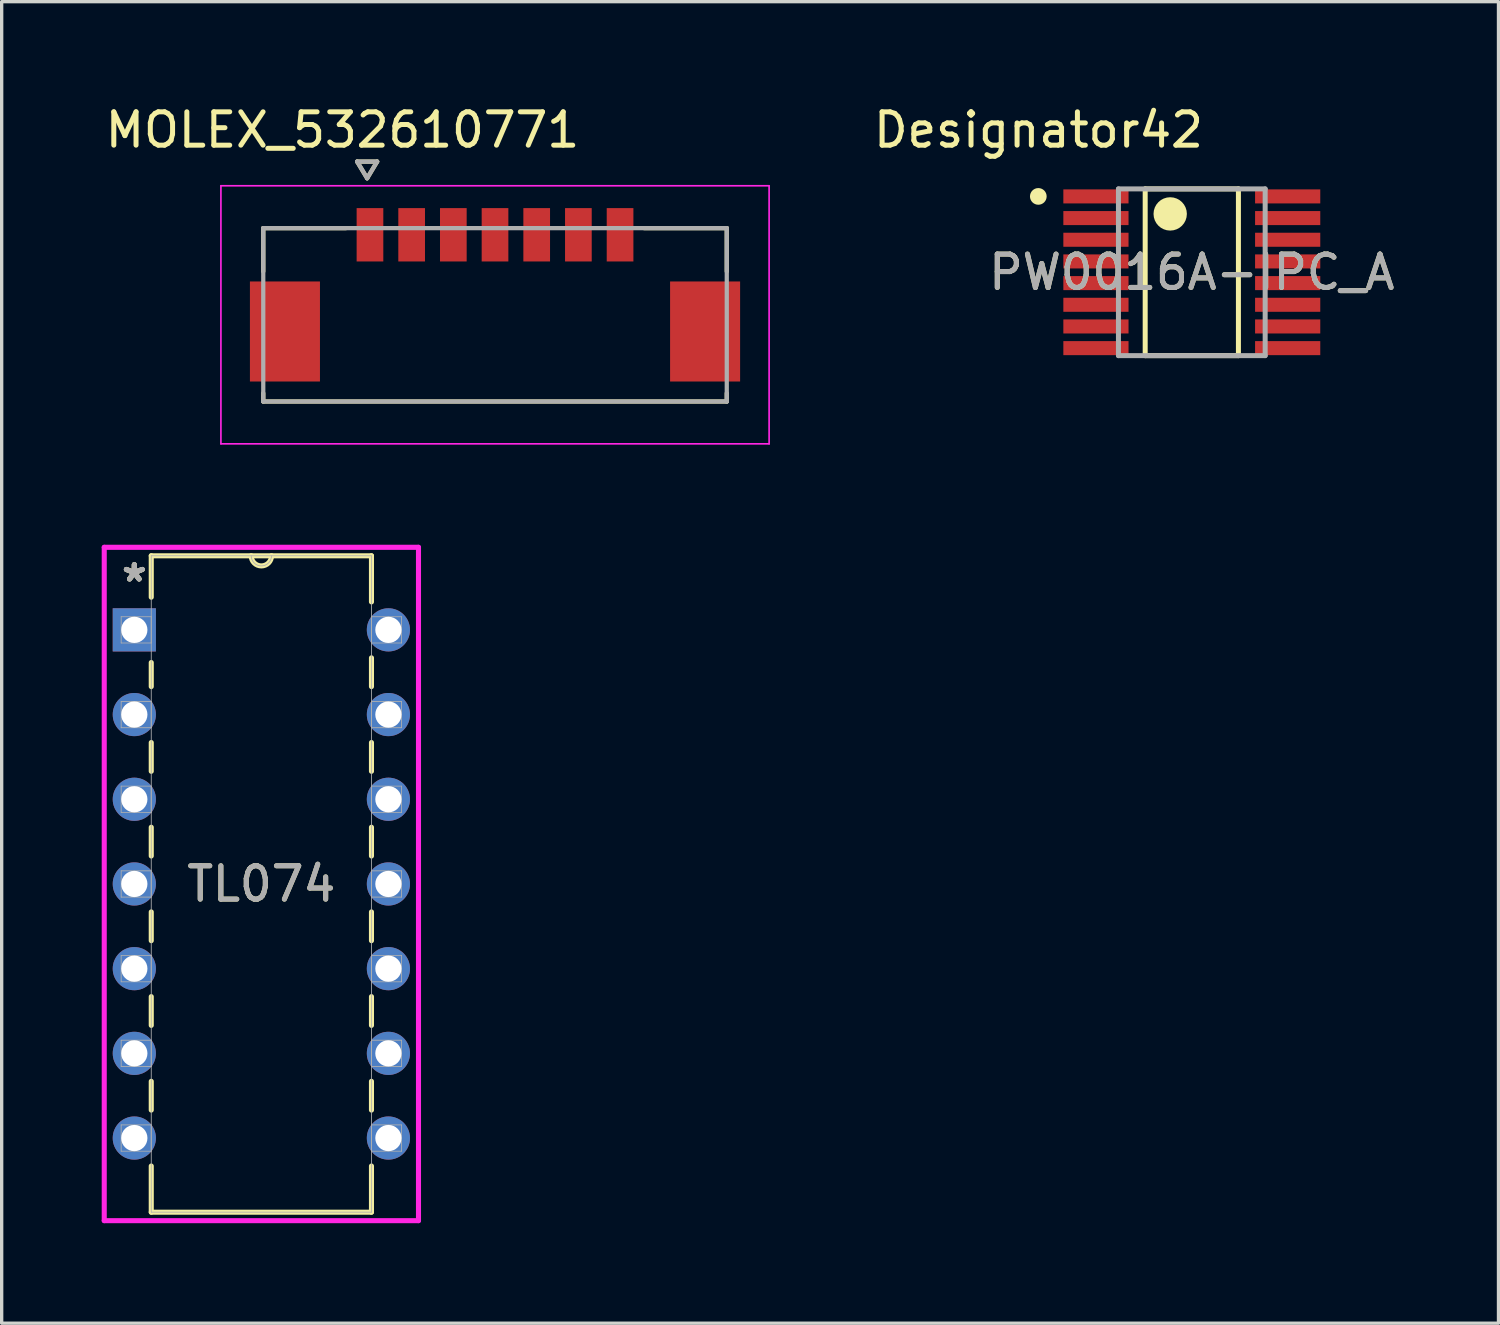
<source format=kicad_pcb>
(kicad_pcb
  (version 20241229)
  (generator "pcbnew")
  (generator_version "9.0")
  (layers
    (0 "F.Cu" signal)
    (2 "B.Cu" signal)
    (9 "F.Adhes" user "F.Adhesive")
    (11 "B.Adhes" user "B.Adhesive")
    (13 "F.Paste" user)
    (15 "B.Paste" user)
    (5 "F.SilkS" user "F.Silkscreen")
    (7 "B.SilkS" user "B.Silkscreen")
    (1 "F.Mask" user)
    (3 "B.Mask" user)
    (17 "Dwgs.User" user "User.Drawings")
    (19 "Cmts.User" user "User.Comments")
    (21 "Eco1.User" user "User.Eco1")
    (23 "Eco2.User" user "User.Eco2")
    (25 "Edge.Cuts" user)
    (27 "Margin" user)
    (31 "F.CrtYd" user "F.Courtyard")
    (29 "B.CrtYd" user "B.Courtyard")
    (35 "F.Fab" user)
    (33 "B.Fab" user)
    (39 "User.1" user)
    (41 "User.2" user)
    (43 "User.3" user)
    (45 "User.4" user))
  (footprint "TL074"
    (layer "F.Cu")
    (at 8.598 31.079)
    (property "Reference" "TL074" (at -3.81 -7.62 0) (unlocked yes) (layer "F.SilkS") (effects (font (size 1 1) (thickness 0.15))))
    (attr through_hole)
    (fp_line (start -7.112 -17.462) (end -7.112 -16.22) (stroke (width 0.152) (type solid)) (layer "F.SilkS"))
    (fp_line (start -7.112 -14.26) (end -7.112 -13.539) (stroke (width 0.152) (type solid)) (layer "F.SilkS"))
    (fp_line (start -7.112 -11.861) (end -7.112 -10.999) (stroke (width 0.152) (type solid)) (layer "F.SilkS"))
    (fp_line (start -7.112 -9.321) (end -7.112 -8.459) (stroke (width 0.152) (type solid)) (layer "F.SilkS"))
    (fp_line (start -7.112 -6.781) (end -7.112 -5.919) (stroke (width 0.152) (type solid)) (layer "F.SilkS"))
    (fp_line (start -7.112 -4.241) (end -7.112 -3.379) (stroke (width 0.152) (type solid)) (layer "F.SilkS"))
    (fp_line (start -7.112 -1.701) (end -7.112 -0.839) (stroke (width 0.152) (type solid)) (layer "F.SilkS"))
    (fp_line (start -7.112 0.839) (end -7.112 2.223) (stroke (width 0.152) (type solid)) (layer "F.SilkS"))
    (fp_line (start -7.112 2.223) (end -0.508 2.223) (stroke (width 0.152) (type solid)) (layer "F.SilkS"))
    (fp_line (start -0.508 -17.462) (end -7.112 -17.462) (stroke (width 0.152) (type solid)) (layer "F.SilkS"))
    (fp_line (start -0.508 -16.079) (end -0.508 -17.462) (stroke (width 0.152) (type solid)) (layer "F.SilkS"))
    (fp_line (start -0.508 -13.539) (end -0.508 -14.401) (stroke (width 0.152) (type solid)) (layer "F.SilkS"))
    (fp_line (start -0.508 -10.999) (end -0.508 -11.861) (stroke (width 0.152) (type solid)) (layer "F.SilkS"))
    (fp_line (start -0.508 -8.459) (end -0.508 -9.321) (stroke (width 0.152) (type solid)) (layer "F.SilkS"))
    (fp_line (start -0.508 -5.919) (end -0.508 -6.781) (stroke (width 0.152) (type solid)) (layer "F.SilkS"))
    (fp_line (start -0.508 -3.379) (end -0.508 -4.241) (stroke (width 0.152) (type solid)) (layer "F.SilkS"))
    (fp_line (start -0.508 -0.839) (end -0.508 -1.701) (stroke (width 0.152) (type solid)) (layer "F.SilkS"))
    (fp_line (start -0.508 2.223) (end -0.508 0.839) (stroke (width 0.152) (type solid)) (layer "F.SilkS"))
    (fp_arc (start -3.5052 -17.4625) (mid -3.81 -17.1577) (end -4.1148 -17.4625) (stroke (width 0.1524) (type solid)) (layer "F.SilkS"))
    (fp_line (start -8.522 -17.716) (end -8.522 2.477) (stroke (width 0.152) (type solid)) (layer "F.CrtYd"))
    (fp_line (start -8.522 2.477) (end 0.902 2.477) (stroke (width 0.152) (type solid)) (layer "F.CrtYd"))
    (fp_line (start 0.902 -17.716) (end -8.522 -17.716) (stroke (width 0.152) (type solid)) (layer "F.CrtYd"))
    (fp_line (start 0.902 2.477) (end 0.902 -17.716) (stroke (width 0.152) (type solid)) (layer "F.CrtYd"))
    (fp_line (start -8.014 -15.634) (end -8.014 -14.846) (stroke (width 0.025) (type solid)) (layer "F.Fab"))
    (fp_line (start -8.014 -14.846) (end -7.112 -14.846) (stroke (width 0.025) (type solid)) (layer "F.Fab"))
    (fp_line (start -8.014 -13.094) (end -8.014 -12.306) (stroke (width 0.025) (type solid)) (layer "F.Fab"))
    (fp_line (start -8.014 -12.306) (end -7.112 -12.306) (stroke (width 0.025) (type solid)) (layer "F.Fab"))
    (fp_line (start -8.014 -10.554) (end -8.014 -9.766) (stroke (width 0.025) (type solid)) (layer "F.Fab"))
    (fp_line (start -8.014 -9.766) (end -7.112 -9.766) (stroke (width 0.025) (type solid)) (layer "F.Fab"))
    (fp_line (start -8.014 -8.014) (end -8.014 -7.226) (stroke (width 0.025) (type solid)) (layer "F.Fab"))
    (fp_line (start -8.014 -7.226) (end -7.112 -7.226) (stroke (width 0.025) (type solid)) (layer "F.Fab"))
    (fp_line (start -8.014 -5.474) (end -8.014 -4.686) (stroke (width 0.025) (type solid)) (layer "F.Fab"))
    (fp_line (start -8.014 -4.686) (end -7.112 -4.686) (stroke (width 0.025) (type solid)) (layer "F.Fab"))
    (fp_line (start -8.014 -2.934) (end -8.014 -2.146) (stroke (width 0.025) (type solid)) (layer "F.Fab"))
    (fp_line (start -8.014 -2.146) (end -7.112 -2.146) (stroke (width 0.025) (type solid)) (layer "F.Fab"))
    (fp_line (start -8.014 -0.394) (end -8.014 0.394) (stroke (width 0.025) (type solid)) (layer "F.Fab"))
    (fp_line (start -8.014 0.394) (end -7.112 0.394) (stroke (width 0.025) (type solid)) (layer "F.Fab"))
    (fp_line (start -7.112 -17.462) (end -7.112 2.223) (stroke (width 0.025) (type solid)) (layer "F.Fab"))
    (fp_line (start -7.112 -15.634) (end -8.014 -15.634) (stroke (width 0.025) (type solid)) (layer "F.Fab"))
    (fp_line (start -7.112 -14.846) (end -7.112 -15.634) (stroke (width 0.025) (type solid)) (layer "F.Fab"))
    (fp_line (start -7.112 -13.094) (end -8.014 -13.094) (stroke (width 0.025) (type solid)) (layer "F.Fab"))
    (fp_line (start -7.112 -12.306) (end -7.112 -13.094) (stroke (width 0.025) (type solid)) (layer "F.Fab"))
    (fp_line (start -7.112 -10.554) (end -8.014 -10.554) (stroke (width 0.025) (type solid)) (layer "F.Fab"))
    (fp_line (start -7.112 -9.766) (end -7.112 -10.554) (stroke (width 0.025) (type solid)) (layer "F.Fab"))
    (fp_line (start -7.112 -8.014) (end -8.014 -8.014) (stroke (width 0.025) (type solid)) (layer "F.Fab"))
    (fp_line (start -7.112 -7.226) (end -7.112 -8.014) (stroke (width 0.025) (type solid)) (layer "F.Fab"))
    (fp_line (start -7.112 -5.474) (end -8.014 -5.474) (stroke (width 0.025) (type solid)) (layer "F.Fab"))
    (fp_line (start -7.112 -4.686) (end -7.112 -5.474) (stroke (width 0.025) (type solid)) (layer "F.Fab"))
    (fp_line (start -7.112 -2.934) (end -8.014 -2.934) (stroke (width 0.025) (type solid)) (layer "F.Fab"))
    (fp_line (start -7.112 -2.146) (end -7.112 -2.934) (stroke (width 0.025) (type solid)) (layer "F.Fab"))
    (fp_line (start -7.112 -0.394) (end -8.014 -0.394) (stroke (width 0.025) (type solid)) (layer "F.Fab"))
    (fp_line (start -7.112 0.394) (end -7.112 -0.394) (stroke (width 0.025) (type solid)) (layer "F.Fab"))
    (fp_line (start -7.112 2.223) (end -0.508 2.223) (stroke (width 0.025) (type solid)) (layer "F.Fab"))
    (fp_line (start -0.508 -17.462) (end -7.112 -17.462) (stroke (width 0.025) (type solid)) (layer "F.Fab"))
    (fp_line (start -0.508 -15.634) (end -0.508 -14.846) (stroke (width 0.025) (type solid)) (layer "F.Fab"))
    (fp_line (start -0.508 -14.846) (end 0.394 -14.846) (stroke (width 0.025) (type solid)) (layer "F.Fab"))
    (fp_line (start -0.508 -13.094) (end -0.508 -12.306) (stroke (width 0.025) (type solid)) (layer "F.Fab"))
    (fp_line (start -0.508 -12.306) (end 0.394 -12.306) (stroke (width 0.025) (type solid)) (layer "F.Fab"))
    (fp_line (start -0.508 -10.554) (end -0.508 -9.766) (stroke (width 0.025) (type solid)) (layer "F.Fab"))
    (fp_line (start -0.508 -9.766) (end 0.394 -9.766) (stroke (width 0.025) (type solid)) (layer "F.Fab"))
    (fp_line (start -0.508 -8.014) (end -0.508 -7.226) (stroke (width 0.025) (type solid)) (layer "F.Fab"))
    (fp_line (start -0.508 -7.226) (end 0.394 -7.226) (stroke (width 0.025) (type solid)) (layer "F.Fab"))
    (fp_line (start -0.508 -5.474) (end -0.508 -4.686) (stroke (width 0.025) (type solid)) (layer "F.Fab"))
    (fp_line (start -0.508 -4.686) (end 0.394 -4.686) (stroke (width 0.025) (type solid)) (layer "F.Fab"))
    (fp_line (start -0.508 -2.934) (end -0.508 -2.146) (stroke (width 0.025) (type solid)) (layer "F.Fab"))
    (fp_line (start -0.508 -2.146) (end 0.394 -2.146) (stroke (width 0.025) (type solid)) (layer "F.Fab"))
    (fp_line (start -0.508 -0.394) (end -0.508 0.394) (stroke (width 0.025) (type solid)) (layer "F.Fab"))
    (fp_line (start -0.508 0.394) (end 0.394 0.394) (stroke (width 0.025) (type solid)) (layer "F.Fab"))
    (fp_line (start -0.508 2.223) (end -0.508 -17.462) (stroke (width 0.025) (type solid)) (layer "F.Fab"))
    (fp_line (start 0.394 -15.634) (end -0.508 -15.634) (stroke (width 0.025) (type solid)) (layer "F.Fab"))
    (fp_line (start 0.394 -14.846) (end 0.394 -15.634) (stroke (width 0.025) (type solid)) (layer "F.Fab"))
    (fp_line (start 0.394 -13.094) (end -0.508 -13.094) (stroke (width 0.025) (type solid)) (layer "F.Fab"))
    (fp_line (start 0.394 -12.306) (end 0.394 -13.094) (stroke (width 0.025) (type solid)) (layer "F.Fab"))
    (fp_line (start 0.394 -10.554) (end -0.508 -10.554) (stroke (width 0.025) (type solid)) (layer "F.Fab"))
    (fp_line (start 0.394 -9.766) (end 0.394 -10.554) (stroke (width 0.025) (type solid)) (layer "F.Fab"))
    (fp_line (start 0.394 -8.014) (end -0.508 -8.014) (stroke (width 0.025) (type solid)) (layer "F.Fab"))
    (fp_line (start 0.394 -7.226) (end 0.394 -8.014) (stroke (width 0.025) (type solid)) (layer "F.Fab"))
    (fp_line (start 0.394 -5.474) (end -0.508 -5.474) (stroke (width 0.025) (type solid)) (layer "F.Fab"))
    (fp_line (start 0.394 -4.686) (end 0.394 -5.474) (stroke (width 0.025) (type solid)) (layer "F.Fab"))
    (fp_line (start 0.394 -2.934) (end -0.508 -2.934) (stroke (width 0.025) (type solid)) (layer "F.Fab"))
    (fp_line (start 0.394 -2.146) (end 0.394 -2.934) (stroke (width 0.025) (type solid)) (layer "F.Fab"))
    (fp_line (start 0.394 -0.394) (end -0.508 -0.394) (stroke (width 0.025) (type solid)) (layer "F.Fab"))
    (fp_line (start 0.394 0.394) (end 0.394 -0.394) (stroke (width 0.025) (type solid)) (layer "F.Fab"))
    (fp_arc (start -3.5052 -17.4625) (mid -3.81 -17.1577) (end -4.1148 -17.4625) (stroke (width 0.0254) (type solid)) (layer "F.Fab"))
    (fp_text user "*" (at -7.62 -16.65 0) (unlocked yes) (layer "F.SilkS") (effects (font (size 1 1) (thickness 0.15))))
    (fp_text user "*" (at -7.62 -16.65 0) (layer "F.SilkS") (effects (font (size 1 1) (thickness 0.15))))
    (fp_text user "*" (at -7.62 -16.65 0) (layer "F.Fab") (effects (font (size 1 1) (thickness 0.15))))
    (fp_text user "*" (at -7.62 -16.65 0) (unlocked yes) (layer "F.Fab") (effects (font (size 1 1) (thickness 0.15))))
    (fp_text user "${REFERENCE}" (at -3.81 -7.62 0) (unlocked yes) (layer "F.Fab") (effects (font (size 1 1) (thickness 0.15))))
    (pad "1" thru_hole rect (at -7.62 -15.24) (size 1.295 1.295) (drill 0.787) (layers "*.Cu" "*.Mask"))
    (pad "2" thru_hole circle (at -7.62 -12.7) (size 1.295 1.295) (drill 0.787) (layers "*.Cu" "*.Mask"))
    (pad "3" thru_hole circle (at -7.62 -10.16) (size 1.295 1.295) (drill 0.787) (layers "*.Cu" "*.Mask"))
    (pad "4" thru_hole circle (at -7.62 -7.62) (size 1.295 1.295) (drill 0.787) (layers "*.Cu" "*.Mask"))
    (pad "5" thru_hole circle (at -7.62 -5.08) (size 1.295 1.295) (drill 0.787) (layers "*.Cu" "*.Mask"))
    (pad "6" thru_hole circle (at -7.62 -2.54) (size 1.295 1.295) (drill 0.787) (layers "*.Cu" "*.Mask"))
    (pad "7" thru_hole circle (at -7.62 0) (size 1.295 1.295) (drill 0.787) (layers "*.Cu" "*.Mask"))
    (pad "8" thru_hole circle (at 0 0) (size 1.295 1.295) (drill 0.787) (layers "*.Cu" "*.Mask"))
    (pad "9" thru_hole circle (at 0 -2.54) (size 1.295 1.295) (drill 0.787) (layers "*.Cu" "*.Mask"))
    (pad "10" thru_hole circle (at 0 -5.08) (size 1.295 1.295) (drill 0.787) (layers "*.Cu" "*.Mask"))
    (pad "11" thru_hole circle (at 0 -7.62) (size 1.295 1.295) (drill 0.787) (layers "*.Cu" "*.Mask"))
    (pad "12" thru_hole circle (at 0 -10.16) (size 1.295 1.295) (drill 0.787) (layers "*.Cu" "*.Mask"))
    (pad "13" thru_hole circle (at 0 -12.7) (size 1.295 1.295) (drill 0.787) (layers "*.Cu" "*.Mask"))
    (pad "14" thru_hole circle (at 0 -15.24) (size 1.295 1.295) (drill 0.787) (layers "*.Cu" "*.Mask")))
  (footprint "MOLEX_532610771"
    (layer "F.Cu")
    (at 11.795 6.391)
    (property "Reference" "MOLEX_532610771" (at -4.575 -5.543 0) (layer "F.SilkS") (effects (font (size 1 1) (thickness 0.15))))
    (attr smd)
    (fp_poly (pts (xy -7.426 -1.076) (xy -5.174 -1.076) (xy -5.174 2.076) (xy -7.426 2.076)) (stroke (width 0.01) (type solid)) (fill yes) (layer "F.Mask"))
    (fp_poly (pts (xy -4.226 -3.276) (xy -3.274 -3.276) (xy -3.274 -1.524) (xy -4.226 -1.524)) (stroke (width 0.01) (type solid)) (fill yes) (layer "F.Mask"))
    (fp_poly (pts (xy -2.976 -3.276) (xy -2.024 -3.276) (xy -2.024 -1.524) (xy -2.976 -1.524)) (stroke (width 0.01) (type solid)) (fill yes) (layer "F.Mask"))
    (fp_poly (pts (xy -1.726 -3.276) (xy -0.774 -3.276) (xy -0.774 -1.524) (xy -1.726 -1.524)) (stroke (width 0.01) (type solid)) (fill yes) (layer "F.Mask"))
    (fp_poly (pts (xy -0.476 -3.276) (xy 0.476 -3.276) (xy 0.476 -1.524) (xy -0.476 -1.524)) (stroke (width 0.01) (type solid)) (fill yes) (layer "F.Mask"))
    (fp_poly (pts (xy 0.774 -3.276) (xy 1.726 -3.276) (xy 1.726 -1.524) (xy 0.774 -1.524)) (stroke (width 0.01) (type solid)) (fill yes) (layer "F.Mask"))
    (fp_poly (pts (xy 2.024 -3.276) (xy 2.976 -3.276) (xy 2.976 -1.524) (xy 2.024 -1.524)) (stroke (width 0.01) (type solid)) (fill yes) (layer "F.Mask"))
    (fp_poly (pts (xy 3.274 -3.276) (xy 4.226 -3.276) (xy 4.226 -1.524) (xy 3.274 -1.524)) (stroke (width 0.01) (type solid)) (fill yes) (layer "F.Mask"))
    (fp_poly (pts (xy 5.174 -1.076) (xy 7.426 -1.076) (xy 7.426 2.076) (xy 5.174 2.076)) (stroke (width 0.01) (type solid)) (fill yes) (layer "F.Mask"))
    (fp_line (start -6.95 -2.6) (end -4.47 -2.6) (stroke (width 0.127) (type solid)) (layer "F.SilkS"))
    (fp_line (start -6.95 -1.3) (end -6.95 -2.6) (stroke (width 0.127) (type solid)) (layer "F.SilkS"))
    (fp_line (start -6.95 2.6) (end -6.95 2.35) (stroke (width 0.127) (type solid)) (layer "F.SilkS"))
    (fp_line (start -6.95 2.6) (end 6.95 2.6) (stroke (width 0.127) (type solid)) (layer "F.SilkS"))
    (fp_line (start -4.135 -4.595) (end -3.535 -4.595) (stroke (width 0.127) (type solid)) (layer "F.SilkS"))
    (fp_line (start -3.835 -4.095) (end -4.135 -4.595) (stroke (width 0.127) (type solid)) (layer "F.SilkS"))
    (fp_line (start -3.535 -4.595) (end -3.835 -4.095) (stroke (width 0.127) (type solid)) (layer "F.SilkS"))
    (fp_line (start 4.47 -2.6) (end 6.95 -2.6) (stroke (width 0.127) (type solid)) (layer "F.SilkS"))
    (fp_line (start 6.95 -2.6) (end 6.95 -1.3) (stroke (width 0.127) (type solid)) (layer "F.SilkS"))
    (fp_line (start 6.95 2.6) (end 6.95 2.35) (stroke (width 0.127) (type solid)) (layer "F.SilkS"))
    (fp_line (start -8.22 3.87) (end -8.22 -3.87) (stroke (width 0.05) (type solid)) (layer "F.CrtYd"))
    (fp_line (start 8.22 -3.87) (end -8.22 -3.87) (stroke (width 0.05) (type solid)) (layer "F.CrtYd"))
    (fp_line (start 8.22 -3.87) (end 8.22 3.87) (stroke (width 0.05) (type solid)) (layer "F.CrtYd"))
    (fp_line (start 8.22 3.87) (end -8.22 3.87) (stroke (width 0.05) (type solid)) (layer "F.CrtYd"))
    (fp_line (start -6.95 -2.6) (end 6.95 -2.6) (stroke (width 0.127) (type solid)) (layer "F.Fab"))
    (fp_line (start -6.95 2.6) (end -6.95 -2.6) (stroke (width 0.127) (type solid)) (layer "F.Fab"))
    (fp_line (start -4.135 -4.595) (end -3.535 -4.595) (stroke (width 0.127) (type solid)) (layer "F.Fab"))
    (fp_line (start -3.835 -4.095) (end -4.135 -4.595) (stroke (width 0.127) (type solid)) (layer "F.Fab"))
    (fp_line (start -3.535 -4.595) (end -3.835 -4.095) (stroke (width 0.127) (type solid)) (layer "F.Fab"))
    (fp_line (start 6.95 -2.6) (end 6.95 2.6) (stroke (width 0.127) (type solid)) (layer "F.Fab"))
    (fp_line (start 6.95 2.6) (end -6.95 2.6) (stroke (width 0.127) (type solid)) (layer "F.Fab"))
    (pad "1" smd rect (at -3.75 -2.4) (size 0.8 1.6) (layers "F.Cu" "F.Paste"))
    (pad "2" smd rect (at -2.5 -2.4) (size 0.8 1.6) (layers "F.Cu" "F.Paste"))
    (pad "3" smd rect (at -1.25 -2.4) (size 0.8 1.6) (layers "F.Cu" "F.Paste"))
    (pad "4" smd rect (at 0 -2.4) (size 0.8 1.6) (layers "F.Cu" "F.Paste"))
    (pad "5" smd rect (at 1.25 -2.4) (size 0.8 1.6) (layers "F.Cu" "F.Paste"))
    (pad "6" smd rect (at 2.5 -2.4) (size 0.8 1.6) (layers "F.Cu" "F.Paste"))
    (pad "7" smd rect (at 3.75 -2.4) (size 0.8 1.6) (layers "F.Cu" "F.Paste"))
    (pad "S1" smd rect (at -6.3 0.5) (size 2.1 3) (layers "F.Cu" "F.Paste"))
    (pad "S2" smd rect (at 6.3 0.5) (size 2.1 3) (layers "F.Cu" "F.Paste")))
  (footprint "PW0016A-IPC_A"
    (layer "F.Cu")
    (at 32.691 5.115)
    (property "Reference" "PW0016A-IPC_A" (at 0 0 0) (unlocked yes) (layer "F.SilkS") (effects (font (size 1 1) (thickness 0.15))))
    (attr smd)
    (fp_line (start -1.398 -2.5) (end 1.398 -2.5) (stroke (width 0.15) (type solid)) (layer "F.SilkS"))
    (fp_line (start -1.398 2.5) (end -1.398 -2.5) (stroke (width 0.15) (type solid)) (layer "F.SilkS"))
    (fp_line (start -1.398 2.5) (end 1.398 2.5) (stroke (width 0.15) (type solid)) (layer "F.SilkS"))
    (fp_line (start 1.398 2.5) (end 1.398 -2.5) (stroke (width 0.15) (type solid)) (layer "F.SilkS"))
    (fp_circle (center -4.603 -2.275) (end -4.478 -2.275) (stroke (width 0.25) (type solid)) (fill no) (layer "F.SilkS"))
    (fp_circle (center -0.648 -1.75) (end -0.398 -1.75) (stroke (width 0.5) (type solid)) (fill no) (layer "F.SilkS"))
    (fp_line (start -2.2 -2.5) (end 2.2 -2.5) (stroke (width 0.15) (type solid)) (layer "F.Fab"))
    (fp_line (start -2.2 2.5) (end -2.2 -2.5) (stroke (width 0.15) (type solid)) (layer "F.Fab"))
    (fp_line (start -2.2 2.5) (end 2.2 2.5) (stroke (width 0.15) (type solid)) (layer "F.Fab"))
    (fp_line (start 2.2 2.5) (end 2.2 -2.5) (stroke (width 0.15) (type solid)) (layer "F.Fab"))
    (fp_text user "Designator42" (at -4.597 -4.267 0) (unlocked yes) (layer "F.SilkS") (effects (font (size 1 1) (thickness 0.15))))
    (fp_text user "${REFERENCE}" (at 0 0 0) (unlocked yes) (layer "F.Fab") (effects (font (size 1 1) (thickness 0.15))))
    (pad "1" smd rect (at -2.875 -2.275) (size 1.955 0.421) (layers "F.Cu" "F.Mask" "F.Paste"))
    (pad "2" smd rect (at -2.875 -1.625) (size 1.955 0.421) (layers "F.Cu" "F.Mask" "F.Paste"))
    (pad "3" smd rect (at -2.875 -0.975) (size 1.955 0.421) (layers "F.Cu" "F.Mask" "F.Paste"))
    (pad "4" smd rect (at -2.875 -0.325) (size 1.955 0.421) (layers "F.Cu" "F.Mask" "F.Paste"))
    (pad "5" smd rect (at -2.875 0.325) (size 1.955 0.421) (layers "F.Cu" "F.Mask" "F.Paste"))
    (pad "6" smd rect (at -2.875 0.975) (size 1.955 0.421) (layers "F.Cu" "F.Mask" "F.Paste"))
    (pad "7" smd rect (at -2.875 1.625) (size 1.955 0.421) (layers "F.Cu" "F.Mask" "F.Paste"))
    (pad "8" smd rect (at -2.875 2.275) (size 1.955 0.421) (layers "F.Cu" "F.Mask" "F.Paste"))
    (pad "9" smd rect (at 2.875 2.275) (size 1.955 0.421) (layers "F.Cu" "F.Mask" "F.Paste"))
    (pad "10" smd rect (at 2.875 1.625) (size 1.955 0.421) (layers "F.Cu" "F.Mask" "F.Paste"))
    (pad "11" smd rect (at 2.875 0.975) (size 1.955 0.421) (layers "F.Cu" "F.Mask" "F.Paste"))
    (pad "12" smd rect (at 2.875 0.325) (size 1.955 0.421) (layers "F.Cu" "F.Mask" "F.Paste"))
    (pad "13" smd rect (at 2.875 -0.325) (size 1.955 0.421) (layers "F.Cu" "F.Mask" "F.Paste"))
    (pad "14" smd rect (at 2.875 -0.975) (size 1.955 0.421) (layers "F.Cu" "F.Mask" "F.Paste"))
    (pad "15" smd rect (at 2.875 -1.625) (size 1.955 0.421) (layers "F.Cu" "F.Mask" "F.Paste"))
    (pad "16" smd rect (at 2.875 -2.275) (size 1.955 0.421) (layers "F.Cu" "F.Mask" "F.Paste")))
  (gr_rect
    (start -3 -3)
    (end 41.888 36.632)
    (stroke (width 0.1) (type default))
    (fill no)
    (layer "Edge.Cuts")))
</source>
